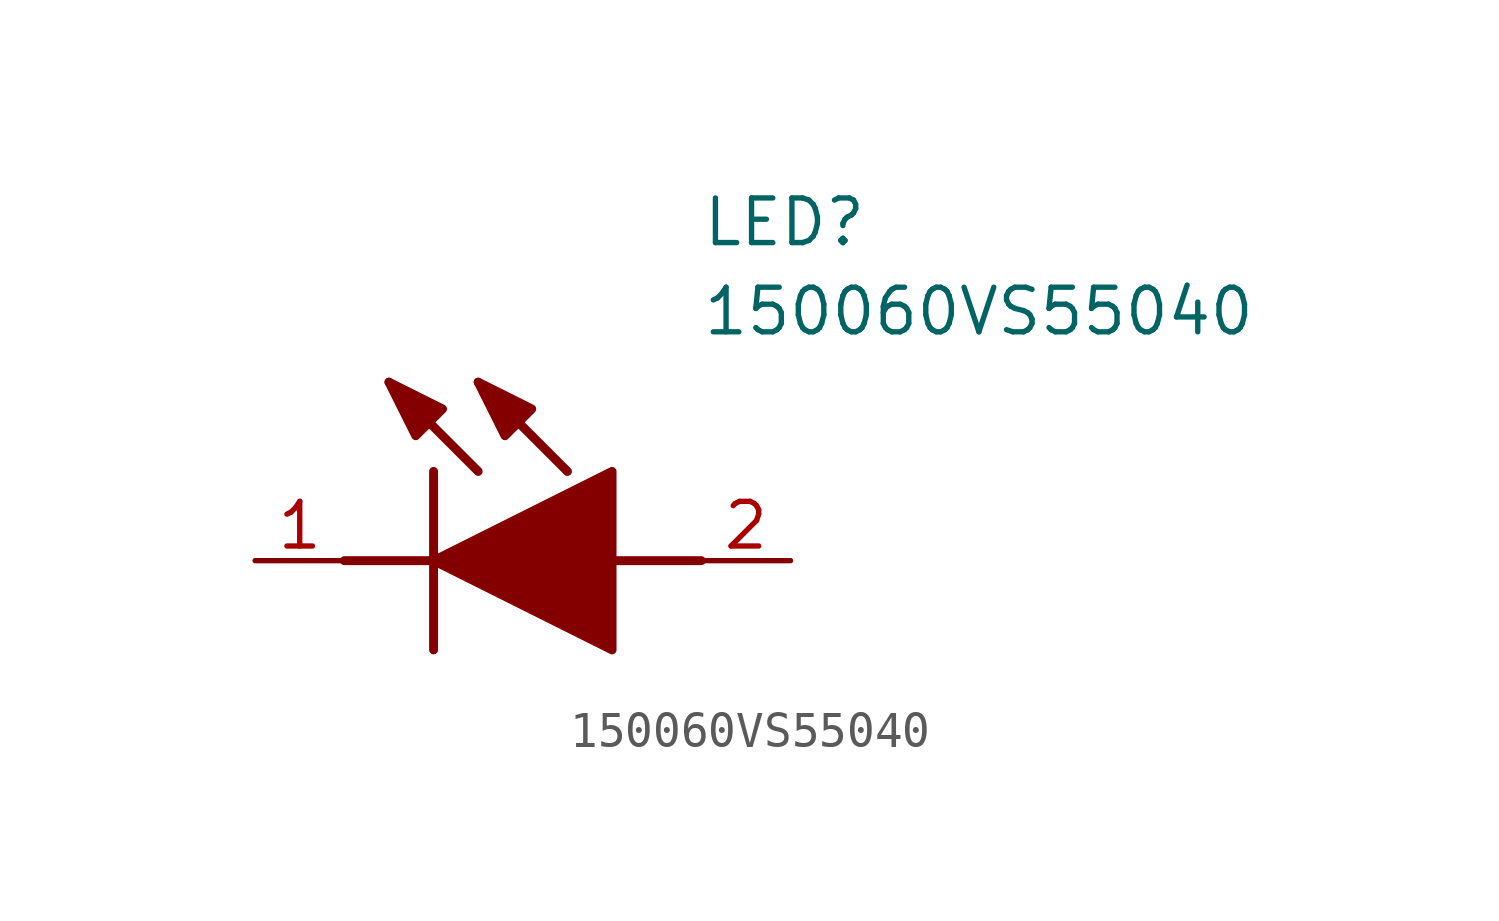
<source format=kicad_sym>
(kicad_symbol_lib
  (version 20211014)
  (generator SamacSys_ECAD_Model)
  (symbol "150060VS55040"
    (pin_names hide)
    (property "Reference" "LED"
      (at 12.7 8.89 0)
      (effects (font (size 1.27 1.27)) (justify left bottom)))
    (property "Value" "150060VS55040"
      (at 12.7 6.35 0)
      (effects (font (size 1.27 1.27)) (justify left bottom)))
    (polyline
      (pts (xy 5.08 2.54) (xy 5.08 -2.54))
      (stroke (width 0.254) (type default))
      (fill (type none)))
    (polyline
      (pts (xy 6.35 2.54) (xy 3.81 5.08))
      (stroke (width 0.254) (type default))
      (fill (type none)))
    (polyline
      (pts (xy 8.89 2.54) (xy 6.35 5.08))
      (stroke (width 0.254) (type default))
      (fill (type none)))
    (polyline
      (pts (xy 2.54 0) (xy 5.08 0))
      (stroke (width 0.254) (type default))
      (fill (type none)))
    (polyline
      (pts (xy 10.16 0) (xy 12.7 0))
      (stroke (width 0.254) (type default))
      (fill (type none)))
    (polyline
      (pts (xy 5.08 0) (xy 10.16 2.54) (xy 10.16 -2.54) (xy 5.08 0))
      (stroke (width 0.254) (type default))
      (fill (type outline)))
    (polyline
      (pts (xy 5.334 4.318) (xy 4.572 3.556) (xy 3.81 5.08) (xy 5.334 4.318))
      (stroke (width 0.254) (type default))
      (fill (type outline)))
    (polyline
      (pts (xy 7.874 4.318) (xy 7.112 3.556) (xy 6.35 5.08) (xy 7.874 4.318))
      (stroke (width 0.254) (type default))
      (fill (type outline)))
    (pin passive line
      (at 0 0 0)
      (length 2.54)
      (name "K" (effects (font (size 1.27 1.27))))
      (number "1" (effects (font (size 1.27 1.27)))))
    (pin passive line
      (at 15.24 0 180)
      (length 2.54)
      (name "A" (effects (font (size 1.27 1.27))))
      (number "2" (effects (font (size 1.27 1.27)))))))
</source>
